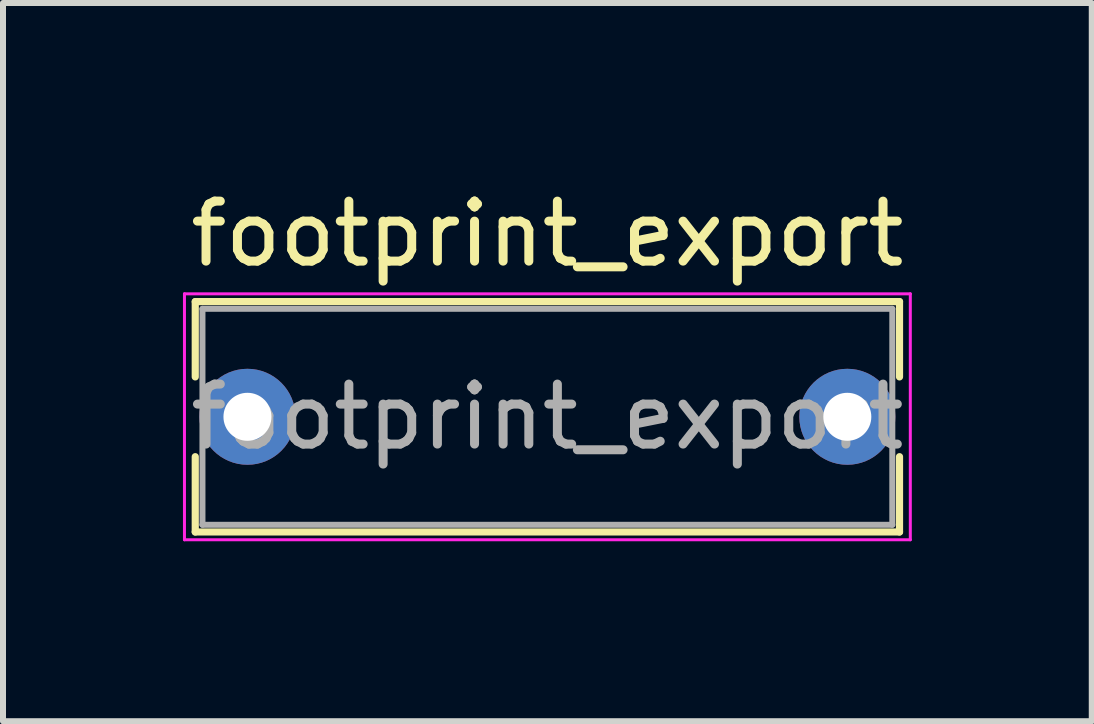
<source format=kicad_pcb>
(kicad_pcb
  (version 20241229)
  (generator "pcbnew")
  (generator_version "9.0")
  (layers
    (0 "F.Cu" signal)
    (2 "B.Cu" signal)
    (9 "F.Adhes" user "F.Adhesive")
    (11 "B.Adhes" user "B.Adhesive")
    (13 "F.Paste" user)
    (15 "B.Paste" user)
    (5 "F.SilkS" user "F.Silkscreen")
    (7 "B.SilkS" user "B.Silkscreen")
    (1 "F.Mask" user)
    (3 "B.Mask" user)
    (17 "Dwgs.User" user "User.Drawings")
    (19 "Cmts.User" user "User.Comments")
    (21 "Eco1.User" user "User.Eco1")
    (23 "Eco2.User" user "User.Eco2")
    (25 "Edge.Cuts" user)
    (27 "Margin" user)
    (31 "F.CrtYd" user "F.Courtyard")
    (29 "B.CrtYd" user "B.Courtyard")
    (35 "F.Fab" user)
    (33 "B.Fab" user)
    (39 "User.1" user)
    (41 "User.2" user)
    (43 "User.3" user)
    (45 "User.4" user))
  (footprint "footprint_export"
    (layer "F.Cu")
    (at 1.075 3.898)
    (property "Reference" "footprint_export" (at 5 -3.05 0) (layer "F.SilkS") (effects (font (size 1 1) (thickness 0.15))))
    (attr through_hole)
    (fp_line (start -0.87 -1.92) (end -0.87 -0.665) (stroke (width 0.12) (type solid)) (layer "F.SilkS"))
    (fp_line (start -0.87 -1.92) (end 10.87 -1.92) (stroke (width 0.12) (type solid)) (layer "F.SilkS"))
    (fp_line (start -0.87 0.665) (end -0.87 1.92) (stroke (width 0.12) (type solid)) (layer "F.SilkS"))
    (fp_line (start -0.87 1.92) (end 10.87 1.92) (stroke (width 0.12) (type solid)) (layer "F.SilkS"))
    (fp_line (start 10.87 -1.92) (end 10.87 -0.665) (stroke (width 0.12) (type solid)) (layer "F.SilkS"))
    (fp_line (start 10.87 0.665) (end 10.87 1.92) (stroke (width 0.12) (type solid)) (layer "F.SilkS"))
    (fp_line (start -1.05 -2.05) (end -1.05 2.05) (stroke (width 0.05) (type solid)) (layer "F.CrtYd"))
    (fp_line (start -1.05 2.05) (end 11.05 2.05) (stroke (width 0.05) (type solid)) (layer "F.CrtYd"))
    (fp_line (start 11.05 -2.05) (end -1.05 -2.05) (stroke (width 0.05) (type solid)) (layer "F.CrtYd"))
    (fp_line (start 11.05 2.05) (end 11.05 -2.05) (stroke (width 0.05) (type solid)) (layer "F.CrtYd"))
    (fp_line (start -0.75 -1.8) (end -0.75 1.8) (stroke (width 0.1) (type solid)) (layer "F.Fab"))
    (fp_line (start -0.75 1.8) (end 10.75 1.8) (stroke (width 0.1) (type solid)) (layer "F.Fab"))
    (fp_line (start 10.75 -1.8) (end -0.75 -1.8) (stroke (width 0.1) (type solid)) (layer "F.Fab"))
    (fp_line (start 10.75 1.8) (end 10.75 -1.8) (stroke (width 0.1) (type solid)) (layer "F.Fab"))
    (fp_text user "${REFERENCE}" (at 5 0 0) (layer "F.Fab") (effects (font (size 1 1) (thickness 0.15))))
    (pad "1" thru_hole circle (at 0 0) (size 1.6 1.6) (drill 0.8) (layers "*.Cu" "*.Mask"))
    (pad "2" thru_hole circle (at 10 0) (size 1.6 1.6) (drill 0.8) (layers "*.Cu" "*.Mask")))
  (gr_rect
    (start -3 -3)
    (end 15.15 8.973)
    (stroke (width 0.1) (type default))
    (fill no)
    (layer "Edge.Cuts")))
</source>
